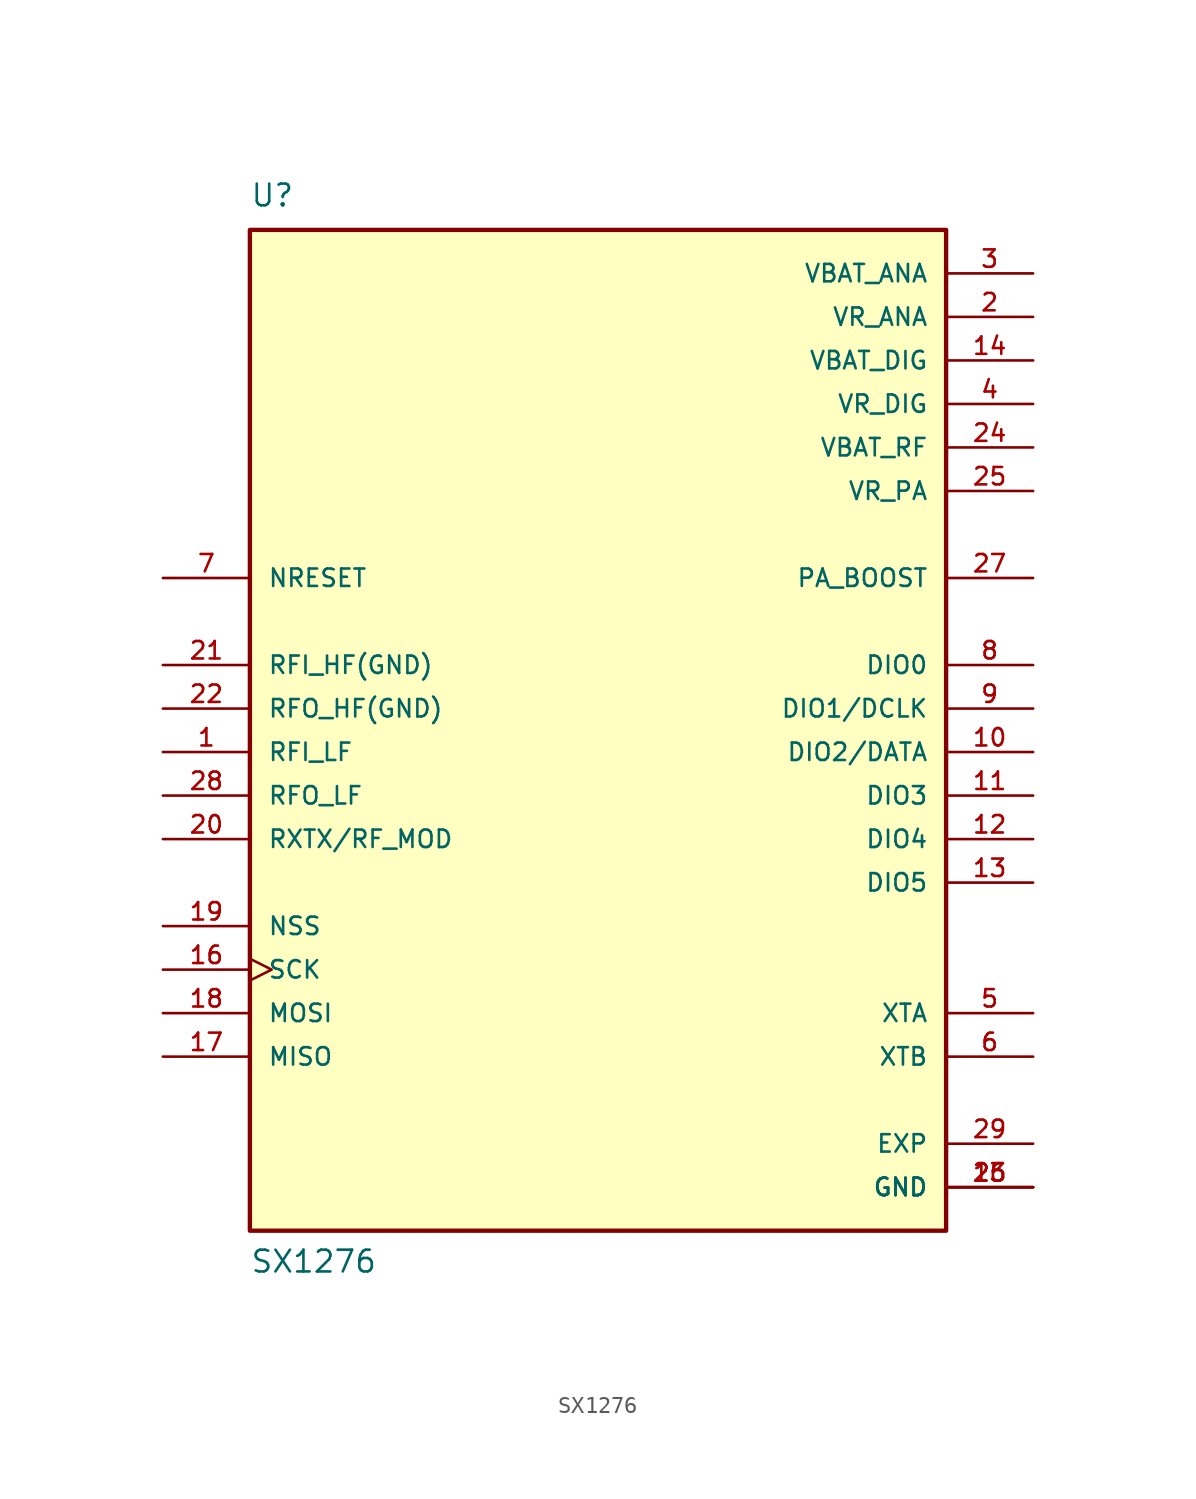
<source format=kicad_sym>
(kicad_symbol_lib
  (version 20211014)
  (generator kicad_symbol_editor)
  (symbol "SX1276"
    (pin_names
      (offset 1.016))
    (property "Reference" "U"
      (at -20.32 29.21 0)
      (effects (font (size 1.27 1.27)) (justify bottom left)))
    (property "Value" "SX1276"
      (at -20.32 -33.02 0)
      (effects (font (size 1.27 1.27)) (justify bottom left)))
    (symbol "SX1276_0_0"
      (rectangle (start -20.32 -30.48) (end 20.32 27.94) (stroke (width 0.254)) (fill (type background)))
      (pin power_in line (at 25.4 25.4 180.0) (length 5.08) (name "VBAT_ANA" (effects (font (size 1.016 1.016)))) (number "3" (effects (font (size 1.016 1.016)))))
      (pin input line (at -25.4 -2.54 0) (length 5.08) (name "RFI_LF" (effects (font (size 1.016 1.016)))) (number "1" (effects (font (size 1.016 1.016)))))
      (pin power_in line (at 25.4 -25.4 180.0) (length 5.08) (name "EXP" (effects (font (size 1.016 1.016)))) (number "29" (effects (font (size 1.016 1.016)))))
      (pin power_in line (at 25.4 22.86 180.0) (length 5.08) (name "VR_ANA" (effects (font (size 1.016 1.016)))) (number "2" (effects (font (size 1.016 1.016)))))
      (pin power_in line (at 25.4 17.78 180.0) (length 5.08) (name "VR_DIG" (effects (font (size 1.016 1.016)))) (number "4" (effects (font (size 1.016 1.016)))))
      (pin bidirectional line (at 25.4 -17.78 180.0) (length 5.08) (name "XTA" (effects (font (size 1.016 1.016)))) (number "5" (effects (font (size 1.016 1.016)))))
      (pin bidirectional line (at 25.4 -20.32 180.0) (length 5.08) (name "XTB" (effects (font (size 1.016 1.016)))) (number "6" (effects (font (size 1.016 1.016)))))
      (pin bidirectional line (at 25.4 2.54 180.0) (length 5.08) (name "DIO0" (effects (font (size 1.016 1.016)))) (number "8" (effects (font (size 1.016 1.016)))))
      (pin bidirectional line (at -25.4 7.62 0) (length 5.08) (name "NRESET" (effects (font (size 1.016 1.016)))) (number "7" (effects (font (size 1.016 1.016)))))
      (pin bidirectional line (at 25.4 0.0 180.0) (length 5.08) (name "DIO1/DCLK" (effects (font (size 1.016 1.016)))) (number "9" (effects (font (size 1.016 1.016)))))
      (pin bidirectional line (at 25.4 -2.54 180.0) (length 5.08) (name "DIO2/DATA" (effects (font (size 1.016 1.016)))) (number "10" (effects (font (size 1.016 1.016)))))
      (pin bidirectional line (at 25.4 -5.08 180.0) (length 5.08) (name "DIO3" (effects (font (size 1.016 1.016)))) (number "11" (effects (font (size 1.016 1.016)))))
      (pin bidirectional line (at 25.4 -7.62 180.0) (length 5.08) (name "DIO4" (effects (font (size 1.016 1.016)))) (number "12" (effects (font (size 1.016 1.016)))))
      (pin bidirectional line (at 25.4 -10.16 180.0) (length 5.08) (name "DIO5" (effects (font (size 1.016 1.016)))) (number "13" (effects (font (size 1.016 1.016)))))
      (pin power_in line (at 25.4 20.32 180.0) (length 5.08) (name "VBAT_DIG" (effects (font (size 1.016 1.016)))) (number "14" (effects (font (size 1.016 1.016)))))
      (pin power_in line (at 25.4 -27.94 180.0) (length 5.08) (name "GND" (effects (font (size 1.016 1.016)))) (number "15" (effects (font (size 1.016 1.016)))))
      (pin power_in line (at 25.4 -27.94 180.0) (length 5.08) (name "GND" (effects (font (size 1.016 1.016)))) (number "23" (effects (font (size 1.016 1.016)))))
      (pin power_in line (at 25.4 -27.94 180.0) (length 5.08) (name "GND" (effects (font (size 1.016 1.016)))) (number "26" (effects (font (size 1.016 1.016)))))
      (pin input line (at -25.4 -12.7 0) (length 5.08) (name "NSS" (effects (font (size 1.016 1.016)))) (number "19" (effects (font (size 1.016 1.016)))))
      (pin input clock (at -25.4 -15.24 0) (length 5.08) (name "SCK" (effects (font (size 1.016 1.016)))) (number "16" (effects (font (size 1.016 1.016)))))
      (pin input line (at -25.4 -17.78 0) (length 5.08) (name "MOSI" (effects (font (size 1.016 1.016)))) (number "18" (effects (font (size 1.016 1.016)))))
      (pin output line (at -25.4 -20.32 0) (length 5.08) (name "MISO" (effects (font (size 1.016 1.016)))) (number "17" (effects (font (size 1.016 1.016)))))
      (pin input line (at -25.4 2.54 0) (length 5.08) (name "RFI_HF(GND)" (effects (font (size 1.016 1.016)))) (number "21" (effects (font (size 1.016 1.016)))))
      (pin output line (at -25.4 0.0 0) (length 5.08) (name "RFO_HF(GND)" (effects (font (size 1.016 1.016)))) (number "22" (effects (font (size 1.016 1.016)))))
      (pin output line (at -25.4 -7.62 0) (length 5.08) (name "RXTX/RF_MOD" (effects (font (size 1.016 1.016)))) (number "20" (effects (font (size 1.016 1.016)))))
      (pin power_in line (at 25.4 15.24 180.0) (length 5.08) (name "VBAT_RF" (effects (font (size 1.016 1.016)))) (number "24" (effects (font (size 1.016 1.016)))))
      (pin power_in line (at 25.4 12.7 180.0) (length 5.08) (name "VR_PA" (effects (font (size 1.016 1.016)))) (number "25" (effects (font (size 1.016 1.016)))))
      (pin output line (at 25.4 7.62 180.0) (length 5.08) (name "PA_BOOST" (effects (font (size 1.016 1.016)))) (number "27" (effects (font (size 1.016 1.016)))))
      (pin output line (at -25.4 -5.08 0) (length 5.08) (name "RFO_LF" (effects (font (size 1.016 1.016)))) (number "28" (effects (font (size 1.016 1.016))))))))
</source>
